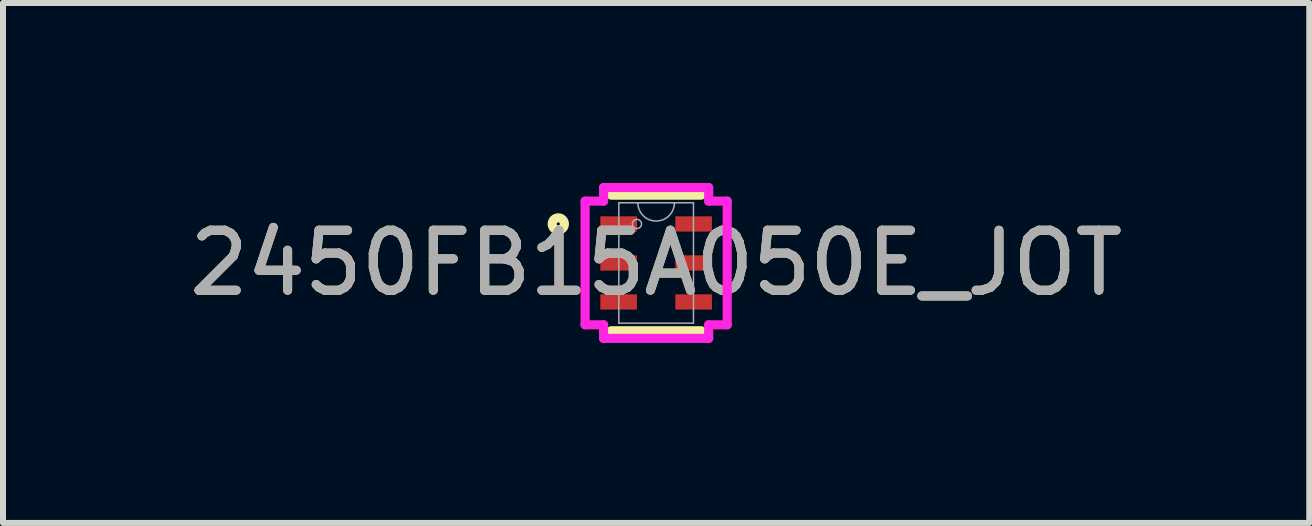
<source format=kicad_pcb>
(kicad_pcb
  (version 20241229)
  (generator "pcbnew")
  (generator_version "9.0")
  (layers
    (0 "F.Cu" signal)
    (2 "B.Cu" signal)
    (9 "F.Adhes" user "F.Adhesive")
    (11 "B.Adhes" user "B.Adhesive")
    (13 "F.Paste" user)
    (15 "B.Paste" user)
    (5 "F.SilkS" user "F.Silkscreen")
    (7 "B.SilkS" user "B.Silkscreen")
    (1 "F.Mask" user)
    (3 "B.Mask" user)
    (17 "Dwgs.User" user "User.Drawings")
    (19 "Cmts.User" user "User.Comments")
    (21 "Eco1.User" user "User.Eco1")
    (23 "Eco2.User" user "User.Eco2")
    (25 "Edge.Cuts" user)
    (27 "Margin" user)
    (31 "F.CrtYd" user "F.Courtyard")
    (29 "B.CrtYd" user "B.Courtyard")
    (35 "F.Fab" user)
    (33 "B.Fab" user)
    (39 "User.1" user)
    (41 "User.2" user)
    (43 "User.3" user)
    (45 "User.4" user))
  (footprint "2450FB15A050E_JOT"
    (layer "F.Cu")
    (at 7.887 1.333)
    (property "Reference" "2450FB15A050E_JOT" (at 0 0 0) (unlocked yes) (layer "F.SilkS") (effects (font (size 1 1) (thickness 0.15))))
    (attr smd)
    (fp_line (start -0.749 1.13) (end 0.749 1.13) (stroke (width 0.152) (type solid)) (layer "F.SilkS"))
    (fp_line (start 0.749 -1.13) (end -0.749 -1.13) (stroke (width 0.152) (type solid)) (layer "F.SilkS"))
    (fp_circle (center -1.631 -0.65) (end -1.529 -0.65) (stroke (width 0.152) (type solid)) (fill no) (layer "F.SilkS"))
    (fp_line (start -1.184 -1.031) (end -0.876 -1.031) (stroke (width 0.152) (type solid)) (layer "F.CrtYd"))
    (fp_line (start -1.184 1.031) (end -1.184 -1.031) (stroke (width 0.152) (type solid)) (layer "F.CrtYd"))
    (fp_line (start -1.184 1.031) (end -0.876 1.031) (stroke (width 0.152) (type solid)) (layer "F.CrtYd"))
    (fp_line (start -0.876 -1.257) (end 0.876 -1.257) (stroke (width 0.152) (type solid)) (layer "F.CrtYd"))
    (fp_line (start -0.876 -1.031) (end -0.876 -1.257) (stroke (width 0.152) (type solid)) (layer "F.CrtYd"))
    (fp_line (start -0.876 1.257) (end -0.876 1.031) (stroke (width 0.152) (type solid)) (layer "F.CrtYd"))
    (fp_line (start 0.876 -1.257) (end 0.876 -1.031) (stroke (width 0.152) (type solid)) (layer "F.CrtYd"))
    (fp_line (start 0.876 1.031) (end 0.876 1.257) (stroke (width 0.152) (type solid)) (layer "F.CrtYd"))
    (fp_line (start 0.876 1.257) (end -0.876 1.257) (stroke (width 0.152) (type solid)) (layer "F.CrtYd"))
    (fp_line (start 1.184 -1.031) (end 0.876 -1.031) (stroke (width 0.152) (type solid)) (layer "F.CrtYd"))
    (fp_line (start 1.184 -1.031) (end 1.184 1.031) (stroke (width 0.152) (type solid)) (layer "F.CrtYd"))
    (fp_line (start 1.184 1.031) (end 0.876 1.031) (stroke (width 0.152) (type solid)) (layer "F.CrtYd"))
    (fp_line (start -0.622 -1.003) (end -0.622 1.003) (stroke (width 0.025) (type solid)) (layer "F.Fab"))
    (fp_line (start -0.622 1.003) (end 0.622 1.003) (stroke (width 0.025) (type solid)) (layer "F.Fab"))
    (fp_line (start 0.622 -1.003) (end -0.622 -1.003) (stroke (width 0.025) (type solid)) (layer "F.Fab"))
    (fp_line (start 0.622 1.003) (end 0.622 -1.003) (stroke (width 0.025) (type solid)) (layer "F.Fab"))
    (fp_arc (start 0.3048 -1.0033) (mid 0 -0.6985) (end -0.3048 -1.0033) (stroke (width 0.0254) (type solid)) (layer "F.Fab"))
    (fp_circle (center -0.32 -0.65) (end -0.244 -0.65) (stroke (width 0.025) (type solid)) (fill no) (layer "F.Fab"))
    (fp_text user "${REFERENCE}" (at 0 0 0) (unlocked yes) (layer "F.Fab") (effects (font (size 1 1) (thickness 0.15))))
    (pad "1" smd rect (at -0.625 -0.65) (size 0.61 0.254) (layers "F.Cu" "F.Mask" "F.Paste"))
    (pad "2" smd rect (at -0.625 0) (size 0.61 0.254) (layers "F.Cu" "F.Mask" "F.Paste"))
    (pad "3" smd rect (at -0.625 0.65) (size 0.61 0.254) (layers "F.Cu" "F.Mask" "F.Paste"))
    (pad "4" smd rect (at 0.625 0.65) (size 0.61 0.254) (layers "F.Cu" "F.Mask" "F.Paste"))
    (pad "5" smd rect (at 0.625 0) (size 0.61 0.254) (layers "F.Cu" "F.Mask" "F.Paste"))
    (pad "6" smd rect (at 0.625 -0.65) (size 0.61 0.254) (layers "F.Cu" "F.Mask" "F.Paste")))
  (gr_rect
    (start -3 -3)
    (end 18.774 5.667)
    (stroke (width 0.1) (type default))
    (fill no)
    (layer "Edge.Cuts")))
</source>
